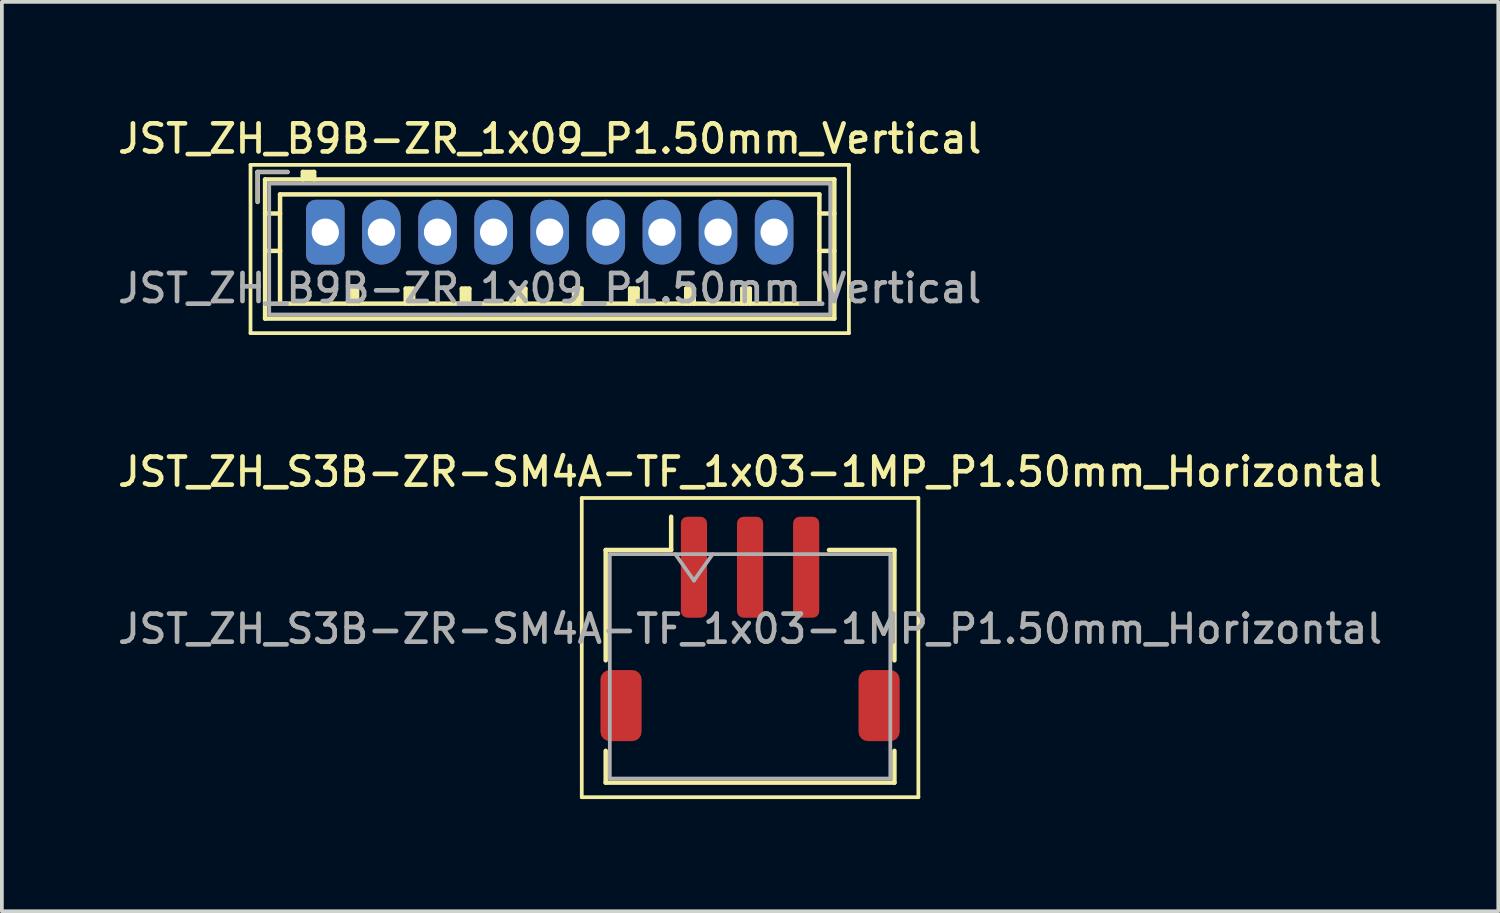
<source format=kicad_pcb>
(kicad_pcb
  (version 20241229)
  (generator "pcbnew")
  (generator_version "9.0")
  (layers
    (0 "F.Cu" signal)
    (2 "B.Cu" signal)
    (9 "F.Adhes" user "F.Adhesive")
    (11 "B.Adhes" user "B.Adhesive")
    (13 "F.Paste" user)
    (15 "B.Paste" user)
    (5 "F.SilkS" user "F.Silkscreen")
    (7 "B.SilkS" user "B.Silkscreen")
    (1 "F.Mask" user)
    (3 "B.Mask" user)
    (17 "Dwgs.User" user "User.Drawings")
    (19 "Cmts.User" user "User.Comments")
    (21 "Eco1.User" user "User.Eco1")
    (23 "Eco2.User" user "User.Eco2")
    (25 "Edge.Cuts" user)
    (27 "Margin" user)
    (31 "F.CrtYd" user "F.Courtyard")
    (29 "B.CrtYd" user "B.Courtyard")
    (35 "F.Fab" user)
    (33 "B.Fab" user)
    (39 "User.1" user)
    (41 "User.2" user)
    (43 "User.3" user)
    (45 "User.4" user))
  (footprint "JST_ZH_B9B-ZR_1x09_P1.50mm_Vertical"
    (layer "F.Cu")
    (at 5.648 3.158)
    (property "Reference" "JST_ZH_B9B-ZR_1x09_P1.50mm_Vertical" (at 6 -2.5 0) (layer "F.SilkS") (effects (font (size 0.75 0.75) (thickness 0.125))))
    (attr through_hole)
    (fp_line (start -2 -1.8) (end -2 2.7) (stroke (width 0.1) (type solid)) (layer "F.SilkS"))
    (fp_line (start -2 2.7) (end 14 2.7) (stroke (width 0.1) (type solid)) (layer "F.SilkS"))
    (fp_line (start -1.81 -1.61) (end -1.81 -0.81) (stroke (width 0.12) (type solid)) (layer "F.SilkS"))
    (fp_line (start -1.61 -1.41) (end -1.61 2.31) (stroke (width 0.12) (type solid)) (layer "F.SilkS"))
    (fp_line (start -1.61 -0.5) (end -1.21 -0.5) (stroke (width 0.12) (type solid)) (layer "F.SilkS"))
    (fp_line (start -1.61 0.5) (end -1.21 0.5) (stroke (width 0.12) (type solid)) (layer "F.SilkS"))
    (fp_line (start -1.61 2.31) (end 13.61 2.31) (stroke (width 0.12) (type solid)) (layer "F.SilkS"))
    (fp_line (start -1.21 -1.01) (end -1.21 1.91) (stroke (width 0.12) (type solid)) (layer "F.SilkS"))
    (fp_line (start -1.21 1.91) (end 13.21 1.91) (stroke (width 0.12) (type solid)) (layer "F.SilkS"))
    (fp_line (start -1.01 -1.61) (end -1.81 -1.61) (stroke (width 0.12) (type solid)) (layer "F.SilkS"))
    (fp_line (start -0.6 -1.61) (end -0.6 -1.41) (stroke (width 0.12) (type solid)) (layer "F.SilkS"))
    (fp_line (start -0.3 -1.61) (end -0.6 -1.61) (stroke (width 0.12) (type solid)) (layer "F.SilkS"))
    (fp_line (start -0.3 -1.51) (end -0.6 -1.51) (stroke (width 0.12) (type solid)) (layer "F.SilkS"))
    (fp_line (start -0.3 -1.41) (end -0.3 -1.61) (stroke (width 0.12) (type solid)) (layer "F.SilkS"))
    (fp_line (start 0.65 1.51) (end 0.85 1.51) (stroke (width 0.12) (type solid)) (layer "F.SilkS"))
    (fp_line (start 0.65 1.91) (end 0.65 1.51) (stroke (width 0.12) (type solid)) (layer "F.SilkS"))
    (fp_line (start 0.75 1.91) (end 0.75 1.51) (stroke (width 0.12) (type solid)) (layer "F.SilkS"))
    (fp_line (start 0.85 1.51) (end 0.85 1.91) (stroke (width 0.12) (type solid)) (layer "F.SilkS"))
    (fp_line (start 2.15 1.51) (end 2.35 1.51) (stroke (width 0.12) (type solid)) (layer "F.SilkS"))
    (fp_line (start 2.15 1.91) (end 2.15 1.51) (stroke (width 0.12) (type solid)) (layer "F.SilkS"))
    (fp_line (start 2.25 1.91) (end 2.25 1.51) (stroke (width 0.12) (type solid)) (layer "F.SilkS"))
    (fp_line (start 2.35 1.51) (end 2.35 1.91) (stroke (width 0.12) (type solid)) (layer "F.SilkS"))
    (fp_line (start 3.65 1.51) (end 3.85 1.51) (stroke (width 0.12) (type solid)) (layer "F.SilkS"))
    (fp_line (start 3.65 1.91) (end 3.65 1.51) (stroke (width 0.12) (type solid)) (layer "F.SilkS"))
    (fp_line (start 3.75 1.91) (end 3.75 1.51) (stroke (width 0.12) (type solid)) (layer "F.SilkS"))
    (fp_line (start 3.85 1.51) (end 3.85 1.91) (stroke (width 0.12) (type solid)) (layer "F.SilkS"))
    (fp_line (start 5.15 1.51) (end 5.35 1.51) (stroke (width 0.12) (type solid)) (layer "F.SilkS"))
    (fp_line (start 5.15 1.91) (end 5.15 1.51) (stroke (width 0.12) (type solid)) (layer "F.SilkS"))
    (fp_line (start 5.25 1.91) (end 5.25 1.51) (stroke (width 0.12) (type solid)) (layer "F.SilkS"))
    (fp_line (start 5.35 1.51) (end 5.35 1.91) (stroke (width 0.12) (type solid)) (layer "F.SilkS"))
    (fp_line (start 6.65 1.51) (end 6.85 1.51) (stroke (width 0.12) (type solid)) (layer "F.SilkS"))
    (fp_line (start 6.65 1.91) (end 6.65 1.51) (stroke (width 0.12) (type solid)) (layer "F.SilkS"))
    (fp_line (start 6.75 1.91) (end 6.75 1.51) (stroke (width 0.12) (type solid)) (layer "F.SilkS"))
    (fp_line (start 6.85 1.51) (end 6.85 1.91) (stroke (width 0.12) (type solid)) (layer "F.SilkS"))
    (fp_line (start 8.15 1.51) (end 8.35 1.51) (stroke (width 0.12) (type solid)) (layer "F.SilkS"))
    (fp_line (start 8.15 1.91) (end 8.15 1.51) (stroke (width 0.12) (type solid)) (layer "F.SilkS"))
    (fp_line (start 8.25 1.91) (end 8.25 1.51) (stroke (width 0.12) (type solid)) (layer "F.SilkS"))
    (fp_line (start 8.35 1.51) (end 8.35 1.91) (stroke (width 0.12) (type solid)) (layer "F.SilkS"))
    (fp_line (start 9.65 1.51) (end 9.85 1.51) (stroke (width 0.12) (type solid)) (layer "F.SilkS"))
    (fp_line (start 9.65 1.91) (end 9.65 1.51) (stroke (width 0.12) (type solid)) (layer "F.SilkS"))
    (fp_line (start 9.75 1.91) (end 9.75 1.51) (stroke (width 0.12) (type solid)) (layer "F.SilkS"))
    (fp_line (start 9.85 1.51) (end 9.85 1.91) (stroke (width 0.12) (type solid)) (layer "F.SilkS"))
    (fp_line (start 11.15 1.51) (end 11.35 1.51) (stroke (width 0.12) (type solid)) (layer "F.SilkS"))
    (fp_line (start 11.15 1.91) (end 11.15 1.51) (stroke (width 0.12) (type solid)) (layer "F.SilkS"))
    (fp_line (start 11.25 1.91) (end 11.25 1.51) (stroke (width 0.12) (type solid)) (layer "F.SilkS"))
    (fp_line (start 11.35 1.51) (end 11.35 1.91) (stroke (width 0.12) (type solid)) (layer "F.SilkS"))
    (fp_line (start 13.21 -1.01) (end -1.21 -1.01) (stroke (width 0.12) (type solid)) (layer "F.SilkS"))
    (fp_line (start 13.21 1.91) (end 13.21 -1.01) (stroke (width 0.12) (type solid)) (layer "F.SilkS"))
    (fp_line (start 13.61 -1.41) (end -1.61 -1.41) (stroke (width 0.12) (type solid)) (layer "F.SilkS"))
    (fp_line (start 13.61 -0.5) (end 13.21 -0.5) (stroke (width 0.12) (type solid)) (layer "F.SilkS"))
    (fp_line (start 13.61 0.5) (end 13.21 0.5) (stroke (width 0.12) (type solid)) (layer "F.SilkS"))
    (fp_line (start 13.61 2.31) (end 13.61 -1.41) (stroke (width 0.12) (type solid)) (layer "F.SilkS"))
    (fp_line (start 14 -1.8) (end -2 -1.8) (stroke (width 0.1) (type solid)) (layer "F.SilkS"))
    (fp_line (start 14 2.7) (end 14 -1.8) (stroke (width 0.1) (type solid)) (layer "F.SilkS"))
    (fp_line (start -1.81 -1.61) (end -1.81 -0.81) (stroke (width 0.1) (type solid)) (layer "F.Fab"))
    (fp_line (start -1.5 -1.3) (end -1.5 2.2) (stroke (width 0.1) (type solid)) (layer "F.Fab"))
    (fp_line (start -1.5 2.2) (end 13.5 2.2) (stroke (width 0.1) (type solid)) (layer "F.Fab"))
    (fp_line (start -1.01 -1.61) (end -1.81 -1.61) (stroke (width 0.1) (type solid)) (layer "F.Fab"))
    (fp_line (start 13.5 -1.3) (end -1.5 -1.3) (stroke (width 0.1) (type solid)) (layer "F.Fab"))
    (fp_line (start 13.5 2.2) (end 13.5 -1.3) (stroke (width 0.1) (type solid)) (layer "F.Fab"))
    (fp_text user "${REFERENCE}" (at 6 1.5 0) (layer "F.Fab") (effects (font (size 0.75 0.75) (thickness 0.125))))
    (pad "1" thru_hole roundrect (at 0 0) (size 1.03 1.73) (drill 0.73) (layers "*.Cu" "*.Mask") (roundrect_rratio 0.243))
    (pad "2" thru_hole oval (at 1.5 0) (size 1.03 1.73) (drill 0.73) (layers "*.Cu" "*.Mask"))
    (pad "3" thru_hole oval (at 3 0) (size 1.03 1.73) (drill 0.73) (layers "*.Cu" "*.Mask"))
    (pad "4" thru_hole oval (at 4.5 0) (size 1.03 1.73) (drill 0.73) (layers "*.Cu" "*.Mask"))
    (pad "5" thru_hole oval (at 6 0) (size 1.03 1.73) (drill 0.73) (layers "*.Cu" "*.Mask"))
    (pad "6" thru_hole oval (at 7.5 0) (size 1.03 1.73) (drill 0.73) (layers "*.Cu" "*.Mask"))
    (pad "7" thru_hole oval (at 9 0) (size 1.03 1.73) (drill 0.73) (layers "*.Cu" "*.Mask"))
    (pad "8" thru_hole oval (at 10.5 0) (size 1.03 1.73) (drill 0.73) (layers "*.Cu" "*.Mask"))
    (pad "9" thru_hole oval (at 12 0) (size 1.03 1.73) (drill 0.73) (layers "*.Cu" "*.Mask")))
  (footprint "JST_ZH_S3B-ZR-SM4A-TF_1x03-1MP_P1.50mm_Horizontal"
    (layer "F.Cu")
    (at 17.005 13.766)
    (property "Reference" "JST_ZH_S3B-ZR-SM4A-TF_1x03-1MP_P1.50mm_Horizontal" (at 0 -4.2 0) (layer "F.SilkS") (effects (font (size 0.75 0.75) (thickness 0.125))))
    (attr smd)
    (fp_line (start -4.5 -3.5) (end -4.5 4.5) (stroke (width 0.1) (type solid)) (layer "F.SilkS"))
    (fp_line (start -4.5 4.5) (end 4.5 4.5) (stroke (width 0.1) (type solid)) (layer "F.SilkS"))
    (fp_line (start -3.86 -2.11) (end -2.11 -2.11) (stroke (width 0.12) (type solid)) (layer "F.SilkS"))
    (fp_line (start -3.86 0.84) (end -3.86 -2.11) (stroke (width 0.12) (type solid)) (layer "F.SilkS"))
    (fp_line (start -3.86 3.26) (end -3.86 4.11) (stroke (width 0.12) (type solid)) (layer "F.SilkS"))
    (fp_line (start -3.86 4.11) (end 3.86 4.11) (stroke (width 0.12) (type solid)) (layer "F.SilkS"))
    (fp_line (start -2.11 -2.11) (end -2.11 -3) (stroke (width 0.12) (type solid)) (layer "F.SilkS"))
    (fp_line (start 3.86 -2.11) (end 2.11 -2.11) (stroke (width 0.12) (type solid)) (layer "F.SilkS"))
    (fp_line (start 3.86 0.84) (end 3.86 -2.11) (stroke (width 0.12) (type solid)) (layer "F.SilkS"))
    (fp_line (start 3.86 4.11) (end 3.86 3.26) (stroke (width 0.12) (type solid)) (layer "F.SilkS"))
    (fp_line (start 4.5 -3.5) (end -4.5 -3.5) (stroke (width 0.1) (type solid)) (layer "F.SilkS"))
    (fp_line (start 4.5 4.5) (end 4.5 -3.5) (stroke (width 0.1) (type solid)) (layer "F.SilkS"))
    (fp_line (start -3.75 -2) (end -3.75 4) (stroke (width 0.1) (type solid)) (layer "F.Fab"))
    (fp_line (start -3.75 -2) (end 3.75 -2) (stroke (width 0.1) (type solid)) (layer "F.Fab"))
    (fp_line (start -3.75 4) (end 3.75 4) (stroke (width 0.1) (type solid)) (layer "F.Fab"))
    (fp_line (start -2 -2) (end -1.5 -1.293) (stroke (width 0.1) (type solid)) (layer "F.Fab"))
    (fp_line (start -1.5 -1.293) (end -1 -2) (stroke (width 0.1) (type solid)) (layer "F.Fab"))
    (fp_line (start 3.75 -2) (end 3.75 4) (stroke (width 0.1) (type solid)) (layer "F.Fab"))
    (fp_text user "${REFERENCE}" (at 0 0 0) (layer "F.Fab") (effects (font (size 0.75 0.75) (thickness 0.125))))
    (pad "1" smd roundrect (at -1.5 -1.65) (size 0.7 2.7) (layers "F.Cu" "F.Mask" "F.Paste") (roundrect_rratio 0.25))
    (pad "2" smd roundrect (at 0 -1.65) (size 0.7 2.7) (layers "F.Cu" "F.Mask" "F.Paste") (roundrect_rratio 0.25))
    (pad "3" smd roundrect (at 1.5 -1.65) (size 0.7 2.7) (layers "F.Cu" "F.Mask" "F.Paste") (roundrect_rratio 0.25))
    (pad "MP" smd roundrect (at -3.45 2.05) (size 1.1 1.9) (layers "F.Cu" "F.Mask" "F.Paste") (roundrect_rratio 0.227))
    (pad "MP" smd roundrect (at 3.45 2.05) (size 1.1 1.9) (layers "F.Cu" "F.Mask" "F.Paste") (roundrect_rratio 0.227)))
  (gr_rect
    (start -3 -3)
    (end 37.011 21.316)
    (stroke (width 0.1) (type default))
    (fill no)
    (layer "Edge.Cuts")))
</source>
